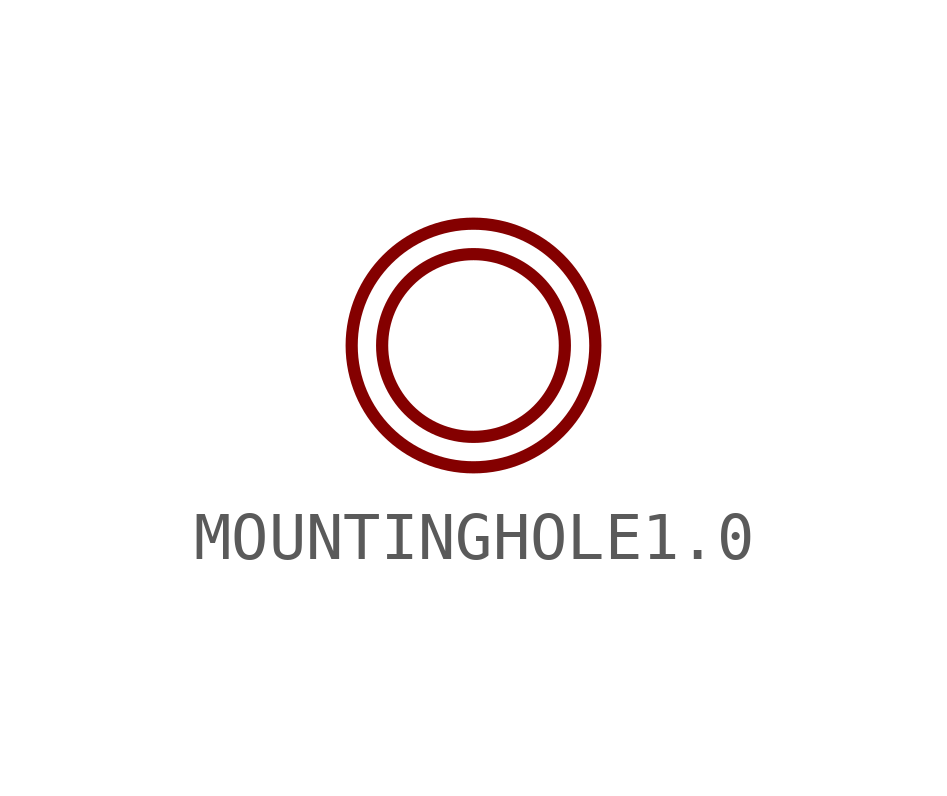
<source format=kicad_sym>
(kicad_symbol_lib
  (version 20211014)
  (generator kicad_symbol_editor)
  (symbol "MOUNTINGHOLE1.0"
    (property "Reference" ""
      (at 0 0 0)
      (effects (font (size 1.27 1.27)) hide))
    (property "ki_locked" ""
      (at 0 0 0)
      (effects (font (size 1.27 1.27))))
    (symbol "MOUNTINGHOLE1.0_1_0"
      (circle (center 0 0) (radius 1.905) (stroke (width 0.254)) (stroke (width 0.254) (type default) (color 0 0 0 0)) (fill (type none)))
      (circle (center 0 0) (radius 2.54) (stroke (width 0.254)) (stroke (width 0.254) (type default) (color 0 0 0 0)) (fill (type none))))))
</source>
